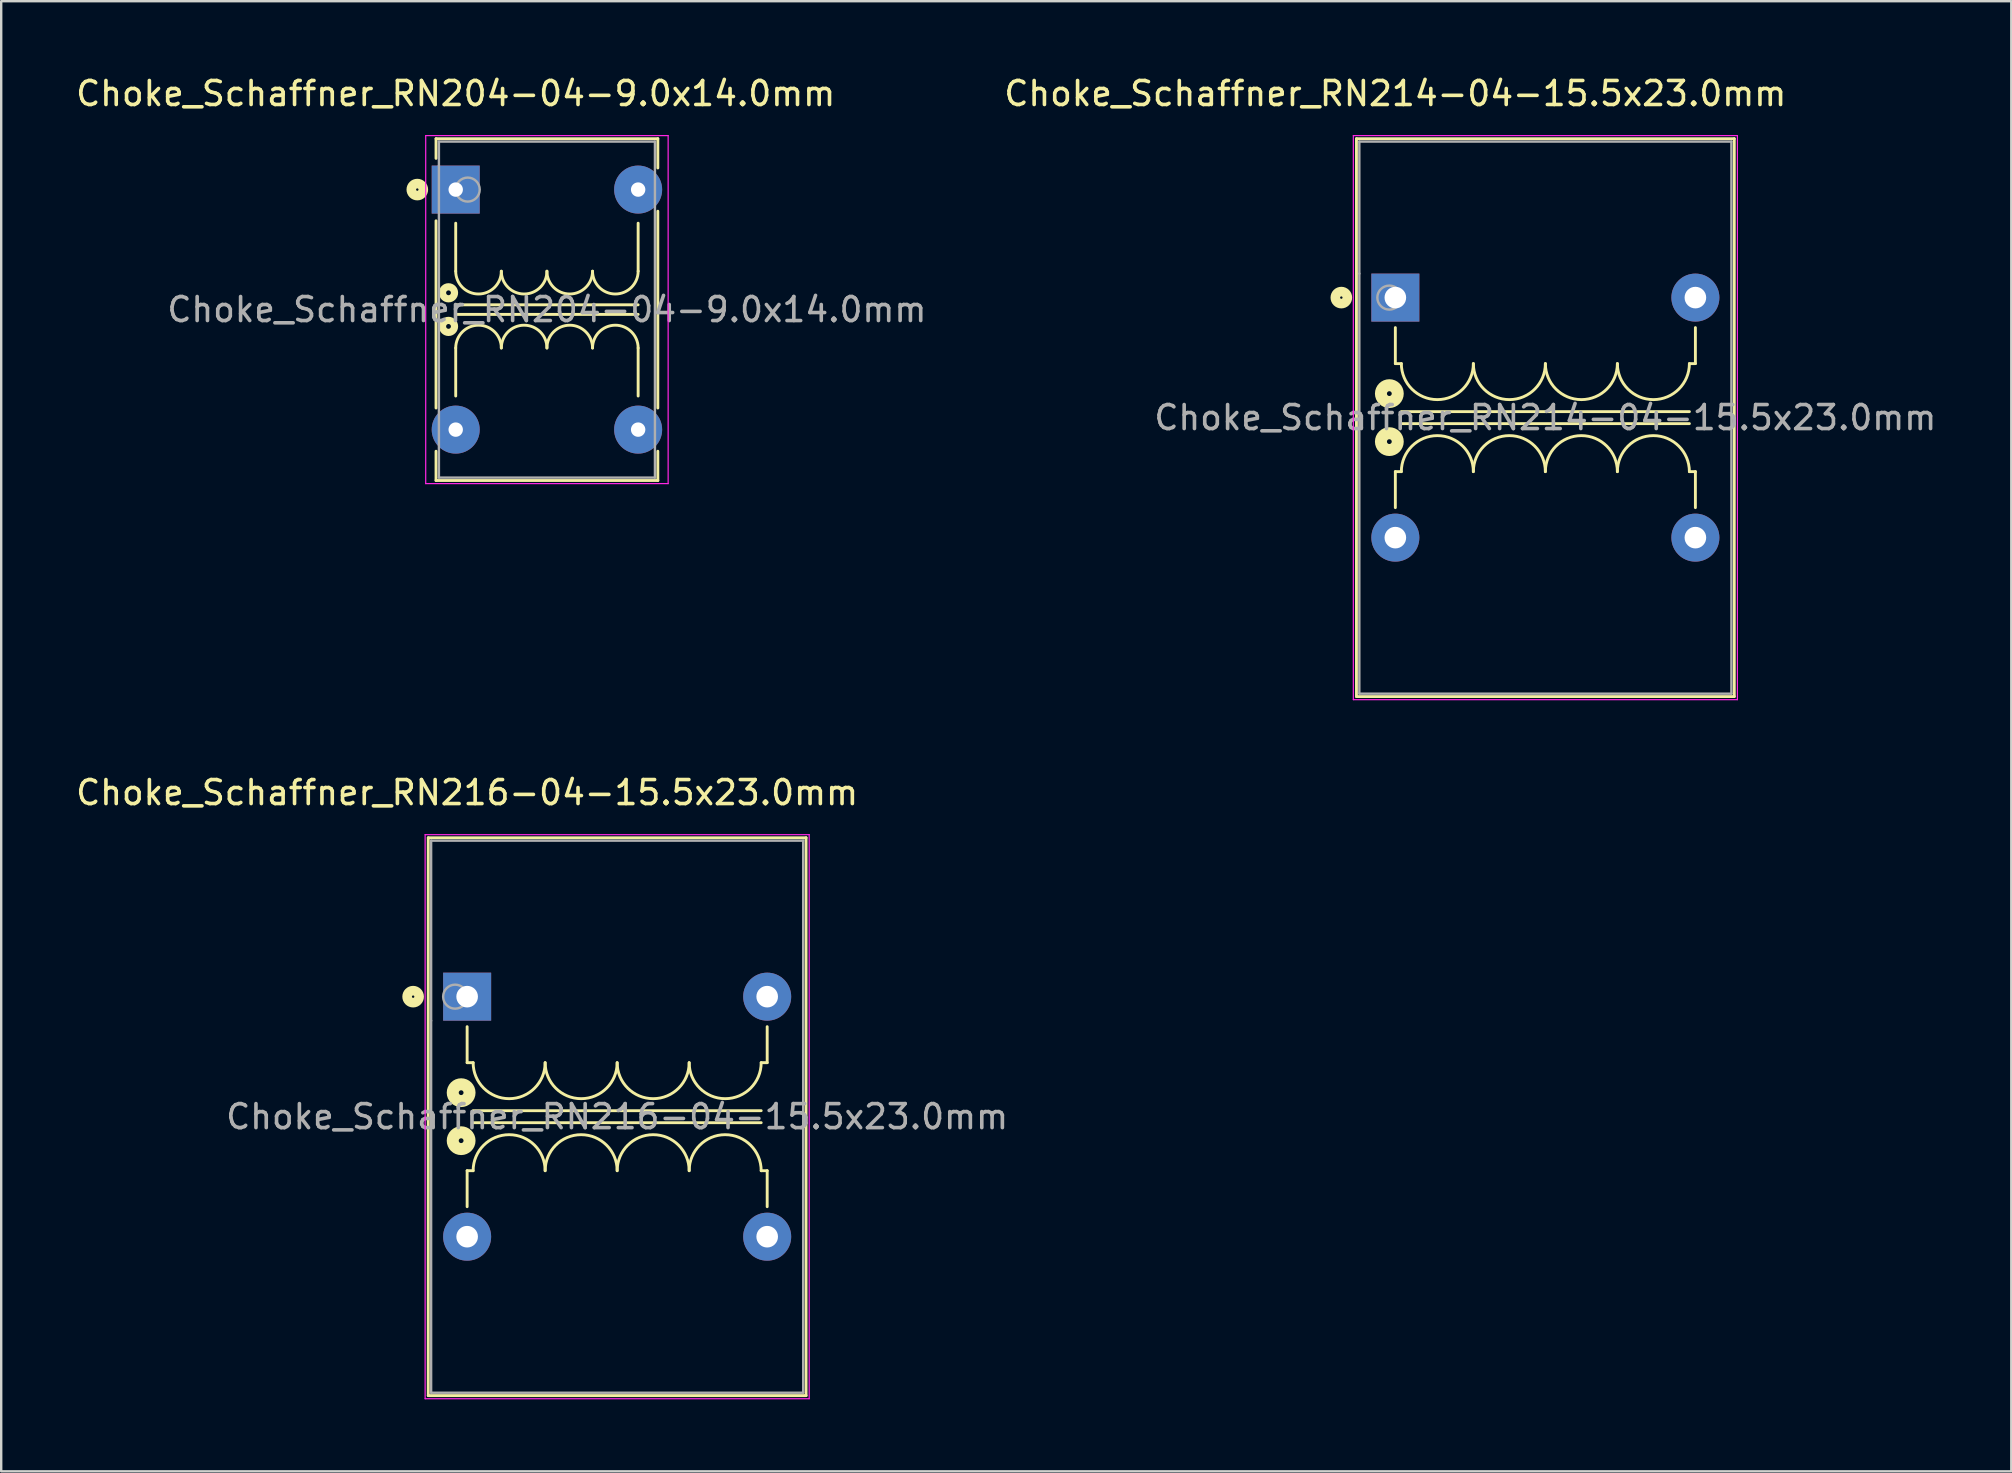
<source format=kicad_pcb>
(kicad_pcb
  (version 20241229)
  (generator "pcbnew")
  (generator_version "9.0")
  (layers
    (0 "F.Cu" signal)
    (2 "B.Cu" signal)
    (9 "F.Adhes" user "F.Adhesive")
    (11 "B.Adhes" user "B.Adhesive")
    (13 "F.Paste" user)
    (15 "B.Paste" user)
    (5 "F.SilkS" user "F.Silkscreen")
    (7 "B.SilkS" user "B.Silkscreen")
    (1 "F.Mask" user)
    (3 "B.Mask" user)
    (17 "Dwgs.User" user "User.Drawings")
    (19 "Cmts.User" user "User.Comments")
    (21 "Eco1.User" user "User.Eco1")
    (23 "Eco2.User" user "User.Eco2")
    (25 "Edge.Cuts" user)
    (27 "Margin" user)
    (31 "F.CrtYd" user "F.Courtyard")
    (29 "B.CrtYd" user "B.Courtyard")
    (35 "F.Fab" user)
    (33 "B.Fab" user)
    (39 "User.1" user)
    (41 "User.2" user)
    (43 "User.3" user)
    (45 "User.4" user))
  (footprint "Choke_Schaffner_RN216-04-15.5x23.0mm"
    (layer "F.Cu")
    (at 16.411 38.471)
    (property "Reference" "Choke_Schaffner_RN216-04-15.5x23.0mm" (at 0 -8.5 0) (layer "F.SilkS") (effects (font (size 1 1) (thickness 0.15))))
    (attr through_hole)
    (fp_line (start -1.62 -6.62) (end 14.12 -6.62) (stroke (width 0.12) (type solid)) (layer "F.SilkS"))
    (fp_line (start -1.62 16.62) (end -1.62 -6.62) (stroke (width 0.12) (type solid)) (layer "F.SilkS"))
    (fp_line (start 0 2.75) (end 0 1.25) (stroke (width 0.12) (type solid)) (layer "F.SilkS"))
    (fp_line (start 0 7.25) (end 0 8.75) (stroke (width 0.12) (type solid)) (layer "F.SilkS"))
    (fp_line (start 0.25 2.75) (end 0 2.75) (stroke (width 0.12) (type solid)) (layer "F.SilkS"))
    (fp_line (start 0.25 5.25) (end 12.25 5.25) (stroke (width 0.12) (type solid)) (layer "F.SilkS"))
    (fp_line (start 0.25 7.25) (end 0 7.25) (stroke (width 0.12) (type solid)) (layer "F.SilkS"))
    (fp_line (start 12.25 2.75) (end 12.5 2.75) (stroke (width 0.12) (type solid)) (layer "F.SilkS"))
    (fp_line (start 12.25 4.75) (end 0.25 4.75) (stroke (width 0.12) (type solid)) (layer "F.SilkS"))
    (fp_line (start 12.25 7.25) (end 12.5 7.25) (stroke (width 0.12) (type solid)) (layer "F.SilkS"))
    (fp_line (start 12.5 2.75) (end 12.5 1.25) (stroke (width 0.12) (type solid)) (layer "F.SilkS"))
    (fp_line (start 12.5 7.25) (end 12.5 8.75) (stroke (width 0.12) (type solid)) (layer "F.SilkS"))
    (fp_line (start 14.12 -6.62) (end 14.12 16.62) (stroke (width 0.12) (type solid)) (layer "F.SilkS"))
    (fp_line (start 14.12 16.62) (end -1.62 16.62) (stroke (width 0.12) (type solid)) (layer "F.SilkS"))
    (fp_arc (start 0.25 7.25) (mid 1.75 5.75) (end 3.25 7.25) (stroke (width 0.12) (type solid)) (layer "F.SilkS"))
    (fp_arc (start 3.25 2.75) (mid 1.75 4.25) (end 0.25 2.75) (stroke (width 0.12) (type solid)) (layer "F.SilkS"))
    (fp_arc (start 3.25 7.25) (mid 4.75 5.75) (end 6.25 7.25) (stroke (width 0.12) (type solid)) (layer "F.SilkS"))
    (fp_arc (start 6.25 2.75) (mid 4.75 4.25) (end 3.25 2.75) (stroke (width 0.12) (type solid)) (layer "F.SilkS"))
    (fp_arc (start 6.25 7.25) (mid 7.75 5.75) (end 9.25 7.25) (stroke (width 0.12) (type solid)) (layer "F.SilkS"))
    (fp_arc (start 9.25 2.75) (mid 7.75 4.25) (end 6.25 2.75) (stroke (width 0.12) (type solid)) (layer "F.SilkS"))
    (fp_arc (start 9.25 7.25) (mid 10.75 5.75) (end 12.25 7.25) (stroke (width 0.12) (type solid)) (layer "F.SilkS"))
    (fp_arc (start 12.25 2.75) (mid 10.75 4.25) (end 9.25 2.75) (stroke (width 0.12) (type solid)) (layer "F.SilkS"))
    (fp_circle (center -2.25 0) (end -2.2 0) (stroke (width 0.4) (type solid)) (fill no) (layer "F.SilkS"))
    (fp_circle (center -0.25 4) (end -0.15 4) (stroke (width 0.5) (type solid)) (fill no) (layer "F.SilkS"))
    (fp_circle (center -0.25 6) (end -0.15 6) (stroke (width 0.5) (type solid)) (fill no) (layer "F.SilkS"))
    (fp_line (start -1.75 -6.75) (end -1.75 16.75) (stroke (width 0.05) (type solid)) (layer "F.CrtYd"))
    (fp_line (start -1.75 16.75) (end 14.25 16.75) (stroke (width 0.05) (type solid)) (layer "F.CrtYd"))
    (fp_line (start 14.25 -6.75) (end -1.75 -6.75) (stroke (width 0.05) (type solid)) (layer "F.CrtYd"))
    (fp_line (start 14.25 16.75) (end 14.25 -6.75) (stroke (width 0.05) (type solid)) (layer "F.CrtYd"))
    (fp_line (start -1.5 -6.5) (end 14 -6.5) (stroke (width 0.1) (type solid)) (layer "F.Fab"))
    (fp_line (start -1.5 1) (end -1.5 -6.5) (stroke (width 0.1) (type solid)) (layer "F.Fab"))
    (fp_line (start -1.5 16.5) (end -1.5 1) (stroke (width 0.1) (type solid)) (layer "F.Fab"))
    (fp_line (start 14 -6.5) (end 14 16.5) (stroke (width 0.1) (type solid)) (layer "F.Fab"))
    (fp_line (start 14 16.5) (end -1.5 16.5) (stroke (width 0.1) (type solid)) (layer "F.Fab"))
    (fp_circle (center -0.5 0) (end 0.000001 0) (stroke (width 0.1) (type solid)) (fill no) (layer "F.Fab"))
    (fp_text user "${REFERENCE}" (at 6.25 5 0) (layer "F.Fab") (effects (font (size 1 1) (thickness 0.15))))
    (pad "1" thru_hole rect (at 0 0) (size 2 2) (drill 0.9) (layers "*.Cu" "*.Mask"))
    (pad "2" thru_hole circle (at 12.5 0) (size 2 2) (drill 0.9) (layers "*.Cu" "*.Mask"))
    (pad "3" thru_hole circle (at 0 10) (size 2 2) (drill 0.9) (layers "*.Cu" "*.Mask"))
    (pad "4" thru_hole circle (at 12.5 10) (size 2 2) (drill 0.9) (layers "*.Cu" "*.Mask")))
  (footprint "Choke_Schaffner_RN204-04-9.0x14.0mm"
    (layer "F.Cu")
    (at 15.935 4.848)
    (property "Reference" "Choke_Schaffner_RN204-04-9.0x14.0mm" (at 0 -4 0) (layer "F.SilkS") (effects (font (size 1 1) (thickness 0.15))))
    (attr through_hole)
    (fp_line (start -0.82 -2.12) (end -0.82 -1.3) (stroke (width 0.12) (type solid)) (layer "F.SilkS"))
    (fp_line (start -0.82 -2.12) (end 8.42 -2.12) (stroke (width 0.12) (type solid)) (layer "F.SilkS"))
    (fp_line (start -0.82 1.3) (end -0.82 9.1) (stroke (width 0.12) (type solid)) (layer "F.SilkS"))
    (fp_line (start -0.82 10.9) (end -0.82 12.12) (stroke (width 0.12) (type solid)) (layer "F.SilkS"))
    (fp_line (start 0 1.4) (end 0 3.4) (stroke (width 0.12) (type solid)) (layer "F.SilkS"))
    (fp_line (start 0 5.2) (end 7.6 5.2) (stroke (width 0.12) (type solid)) (layer "F.SilkS"))
    (fp_line (start 0 6.6) (end 0 8.6) (stroke (width 0.12) (type solid)) (layer "F.SilkS"))
    (fp_line (start 7.6 3.4) (end 7.6 1.4) (stroke (width 0.12) (type solid)) (layer "F.SilkS"))
    (fp_line (start 7.6 4.8) (end 0 4.8) (stroke (width 0.12) (type solid)) (layer "F.SilkS"))
    (fp_line (start 7.6 8.6) (end 7.6 6.6) (stroke (width 0.12) (type solid)) (layer "F.SilkS"))
    (fp_line (start 8.42 -2.12) (end 8.42 -0.9) (stroke (width 0.12) (type solid)) (layer "F.SilkS"))
    (fp_line (start 8.42 0.9) (end 8.42 9.1) (stroke (width 0.12) (type solid)) (layer "F.SilkS"))
    (fp_line (start 8.42 10.9) (end 8.42 12.12) (stroke (width 0.12) (type solid)) (layer "F.SilkS"))
    (fp_line (start 8.42 12.12) (end -0.82 12.12) (stroke (width 0.12) (type solid)) (layer "F.SilkS"))
    (fp_arc (start 0 6.6) (mid 0.95 5.65) (end 1.9 6.6) (stroke (width 0.12) (type solid)) (layer "F.SilkS"))
    (fp_arc (start 1.9 3.4) (mid 0.95 4.35) (end 0 3.4) (stroke (width 0.12) (type solid)) (layer "F.SilkS"))
    (fp_arc (start 1.9 6.6) (mid 2.85 5.65) (end 3.8 6.6) (stroke (width 0.12) (type solid)) (layer "F.SilkS"))
    (fp_arc (start 3.8 3.4) (mid 2.85 4.35) (end 1.9 3.4) (stroke (width 0.12) (type solid)) (layer "F.SilkS"))
    (fp_arc (start 3.8 6.6) (mid 4.75 5.65) (end 5.7 6.6) (stroke (width 0.12) (type solid)) (layer "F.SilkS"))
    (fp_arc (start 5.7 3.4) (mid 4.75 4.35) (end 3.8 3.4) (stroke (width 0.12) (type solid)) (layer "F.SilkS"))
    (fp_arc (start 5.7 6.6) (mid 6.65 5.65) (end 7.6 6.6) (stroke (width 0.12) (type solid)) (layer "F.SilkS"))
    (fp_arc (start 7.6 3.4) (mid 6.65 4.35) (end 5.7 3.4) (stroke (width 0.12) (type solid)) (layer "F.SilkS"))
    (fp_circle (center -1.6 0) (end -1.55 0) (stroke (width 0.4) (type solid)) (fill no) (layer "F.SilkS"))
    (fp_circle (center -0.3 4.3) (end -0.2 4.3) (stroke (width 0.3) (type solid)) (fill no) (layer "F.SilkS"))
    (fp_circle (center -0.3 5.7) (end -0.4 5.7) (stroke (width 0.3) (type solid)) (fill no) (layer "F.SilkS"))
    (fp_line (start -1.25 -2.25) (end -1.25 12.25) (stroke (width 0.05) (type solid)) (layer "F.CrtYd"))
    (fp_line (start -1.25 12.25) (end 8.85 12.25) (stroke (width 0.05) (type solid)) (layer "F.CrtYd"))
    (fp_line (start 8.85 -2.25) (end -1.25 -2.25) (stroke (width 0.05) (type solid)) (layer "F.CrtYd"))
    (fp_line (start 8.85 12.25) (end 8.85 -2.25) (stroke (width 0.05) (type solid)) (layer "F.CrtYd"))
    (fp_line (start -0.7 -2) (end 8.3 -2) (stroke (width 0.1) (type solid)) (layer "F.Fab"))
    (fp_line (start -0.7 -1) (end -0.7 -2) (stroke (width 0.1) (type solid)) (layer "F.Fab"))
    (fp_line (start -0.7 12) (end -0.7 -1) (stroke (width 0.1) (type solid)) (layer "F.Fab"))
    (fp_line (start 8.3 -2) (end 8.3 12) (stroke (width 0.1) (type solid)) (layer "F.Fab"))
    (fp_line (start 8.3 12) (end -0.7 12) (stroke (width 0.1) (type solid)) (layer "F.Fab"))
    (fp_circle (center 0.5 0) (end 1 0) (stroke (width 0.1) (type solid)) (fill no) (layer "F.Fab"))
    (fp_text user "${REFERENCE}" (at 3.8 5 0) (layer "F.Fab") (effects (font (size 1 1) (thickness 0.15))))
    (pad "1" thru_hole rect (at 0 0) (size 2 2) (drill 0.6) (layers "*.Cu" "*.Mask"))
    (pad "2" thru_hole circle (at 7.6 0) (size 2 2) (drill 0.6) (layers "*.Cu" "*.Mask"))
    (pad "3" thru_hole circle (at 0 10) (size 2 2) (drill 0.6) (layers "*.Cu" "*.Mask"))
    (pad "4" thru_hole circle (at 7.6 10) (size 2 2) (drill 0.6) (layers "*.Cu" "*.Mask")))
  (footprint "Choke_Schaffner_RN214-04-15.5x23.0mm"
    (layer "F.Cu")
    (at 55.08 9.348)
    (property "Reference" "Choke_Schaffner_RN214-04-15.5x23.0mm" (at 0 -8.5 0) (layer "F.SilkS") (effects (font (size 1 1) (thickness 0.15))))
    (attr through_hole)
    (fp_line (start -1.62 -6.62) (end 14.12 -6.62) (stroke (width 0.12) (type solid)) (layer "F.SilkS"))
    (fp_line (start -1.62 16.62) (end -1.62 -6.62) (stroke (width 0.12) (type solid)) (layer "F.SilkS"))
    (fp_line (start 0 2.75) (end 0 1.25) (stroke (width 0.12) (type solid)) (layer "F.SilkS"))
    (fp_line (start 0 7.25) (end 0 8.75) (stroke (width 0.12) (type solid)) (layer "F.SilkS"))
    (fp_line (start 0.25 2.75) (end 0 2.75) (stroke (width 0.12) (type solid)) (layer "F.SilkS"))
    (fp_line (start 0.25 5.25) (end 12.25 5.25) (stroke (width 0.12) (type solid)) (layer "F.SilkS"))
    (fp_line (start 0.25 7.25) (end 0 7.25) (stroke (width 0.12) (type solid)) (layer "F.SilkS"))
    (fp_line (start 12.25 2.75) (end 12.5 2.75) (stroke (width 0.12) (type solid)) (layer "F.SilkS"))
    (fp_line (start 12.25 4.75) (end 0.25 4.75) (stroke (width 0.12) (type solid)) (layer "F.SilkS"))
    (fp_line (start 12.25 7.25) (end 12.5 7.25) (stroke (width 0.12) (type solid)) (layer "F.SilkS"))
    (fp_line (start 12.5 2.75) (end 12.5 1.25) (stroke (width 0.12) (type solid)) (layer "F.SilkS"))
    (fp_line (start 12.5 7.25) (end 12.5 8.75) (stroke (width 0.12) (type solid)) (layer "F.SilkS"))
    (fp_line (start 14.12 -6.62) (end 14.12 16.62) (stroke (width 0.12) (type solid)) (layer "F.SilkS"))
    (fp_line (start 14.12 16.62) (end -1.62 16.62) (stroke (width 0.12) (type solid)) (layer "F.SilkS"))
    (fp_arc (start 0.25 7.25) (mid 1.75 5.75) (end 3.25 7.25) (stroke (width 0.12) (type solid)) (layer "F.SilkS"))
    (fp_arc (start 3.25 2.75) (mid 1.75 4.25) (end 0.25 2.75) (stroke (width 0.12) (type solid)) (layer "F.SilkS"))
    (fp_arc (start 3.25 7.25) (mid 4.75 5.75) (end 6.25 7.25) (stroke (width 0.12) (type solid)) (layer "F.SilkS"))
    (fp_arc (start 6.25 2.75) (mid 4.75 4.25) (end 3.25 2.75) (stroke (width 0.12) (type solid)) (layer "F.SilkS"))
    (fp_arc (start 6.25 7.25) (mid 7.75 5.75) (end 9.25 7.25) (stroke (width 0.12) (type solid)) (layer "F.SilkS"))
    (fp_arc (start 9.25 2.75) (mid 7.75 4.25) (end 6.25 2.75) (stroke (width 0.12) (type solid)) (layer "F.SilkS"))
    (fp_arc (start 9.25 7.25) (mid 10.75 5.75) (end 12.25 7.25) (stroke (width 0.12) (type solid)) (layer "F.SilkS"))
    (fp_arc (start 12.25 2.75) (mid 10.75 4.25) (end 9.25 2.75) (stroke (width 0.12) (type solid)) (layer "F.SilkS"))
    (fp_circle (center -2.25 0) (end -2.2 0) (stroke (width 0.4) (type solid)) (fill no) (layer "F.SilkS"))
    (fp_circle (center -0.25 4) (end -0.15 4) (stroke (width 0.5) (type solid)) (fill no) (layer "F.SilkS"))
    (fp_circle (center -0.25 6) (end -0.15 6) (stroke (width 0.5) (type solid)) (fill no) (layer "F.SilkS"))
    (fp_line (start -1.75 -6.75) (end -1.75 16.75) (stroke (width 0.05) (type solid)) (layer "F.CrtYd"))
    (fp_line (start -1.75 16.75) (end 14.25 16.75) (stroke (width 0.05) (type solid)) (layer "F.CrtYd"))
    (fp_line (start 14.25 -6.75) (end -1.75 -6.75) (stroke (width 0.05) (type solid)) (layer "F.CrtYd"))
    (fp_line (start 14.25 16.75) (end 14.25 -6.75) (stroke (width 0.05) (type solid)) (layer "F.CrtYd"))
    (fp_line (start -1.5 -6.5) (end 14 -6.5) (stroke (width 0.1) (type solid)) (layer "F.Fab"))
    (fp_line (start -1.5 -1) (end -1.5 -6.5) (stroke (width 0.1) (type solid)) (layer "F.Fab"))
    (fp_line (start -1.5 16.5) (end -1.5 -1) (stroke (width 0.1) (type solid)) (layer "F.Fab"))
    (fp_line (start 14 -6.5) (end 14 16.5) (stroke (width 0.1) (type solid)) (layer "F.Fab"))
    (fp_line (start 14 16.5) (end -1.5 16.5) (stroke (width 0.1) (type solid)) (layer "F.Fab"))
    (fp_circle (center -0.25 0) (end 0.25 0) (stroke (width 0.1) (type solid)) (fill no) (layer "F.Fab"))
    (fp_text user "${REFERENCE}" (at 6.25 5 0) (layer "F.Fab") (effects (font (size 1 1) (thickness 0.15))))
    (pad "1" thru_hole rect (at 0 0) (size 2 2) (drill 0.9) (layers "*.Cu" "*.Mask"))
    (pad "2" thru_hole circle (at 12.5 0) (size 2 2) (drill 0.9) (layers "*.Cu" "*.Mask"))
    (pad "3" thru_hole circle (at 0 10) (size 2 2) (drill 0.9) (layers "*.Cu" "*.Mask"))
    (pad "4" thru_hole circle (at 12.5 10) (size 2 2) (drill 0.9) (layers "*.Cu" "*.Mask")))
  (gr_rect
    (start -3 -3)
    (end 80.74 58.246)
    (stroke (width 0.1) (type default))
    (fill no)
    (layer "Edge.Cuts")))
</source>
